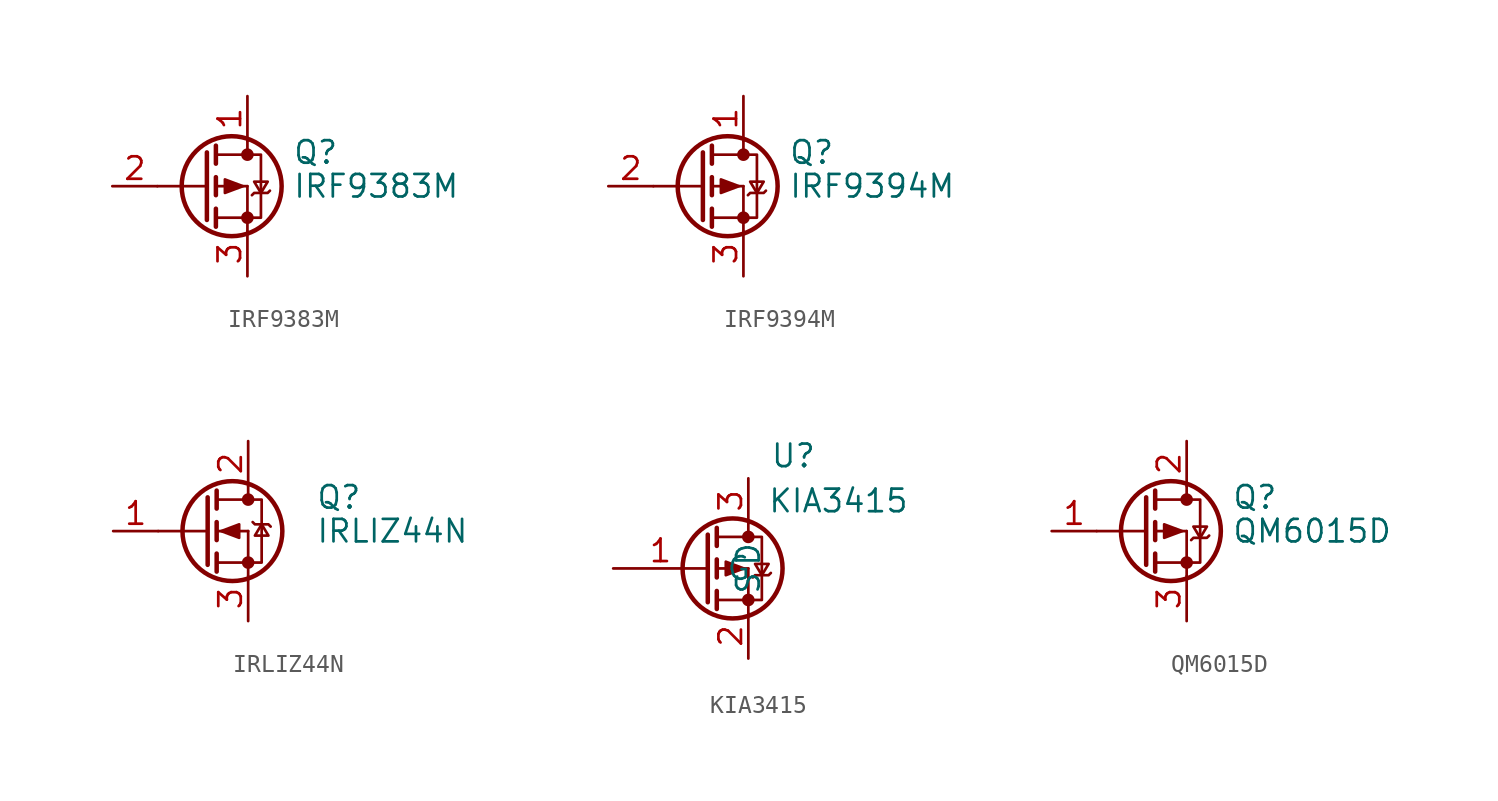
<source format=kicad_sym>
(kicad_symbol_lib
  (version 20201005)
  (generator kicad_symbol_editor)
  (symbol "IRF9383M"
    (pin_names
      (offset 0) hide)
    (property "Reference" "Q"
      (at 5.08 1.905 0)
      (effects (font (size 1.27 1.27)) (justify left)))
    (property "Value" "IRF9383M"
      (at 5.08 0 0)
      (effects (font (size 1.27 1.27)) (justify left)))
    (symbol "IRF9383M_0_1"
      (circle (center 1.651 0) (radius 2.819) (stroke (width 0.254)) (fill (type none)))
      (circle (center 2.54 -1.778) (radius 0.279) (stroke (width 0)) (fill (type outline)))
      (circle (center 2.54 1.778) (radius 0.279) (stroke (width 0)) (fill (type outline)))
      (polyline (pts (xy -2.54 0) (xy 0.254 0)) (stroke (width 0)) (fill (type none)))
      (polyline (pts (xy 0.762 -1.778) (xy 2.54 -1.778)) (stroke (width 0)) (fill (type none)))
      (polyline (pts (xy 0.762 -1.27) (xy 0.762 -2.286)) (stroke (width 0.254)) (fill (type none)))
      (polyline (pts (xy 0.762 0) (xy 2.54 0)) (stroke (width 0)) (fill (type none)))
      (polyline (pts (xy 0.762 0.508) (xy 0.762 -0.508)) (stroke (width 0.254)) (fill (type none)))
      (polyline (pts (xy 0.762 1.778) (xy 2.54 1.778)) (stroke (width 0)) (fill (type none)))
      (polyline (pts (xy 0.762 2.286) (xy 0.762 1.27)) (stroke (width 0.254)) (fill (type none)))
      (polyline (pts (xy 2.54 -1.778) (xy 2.54 -2.54)) (stroke (width 0)) (fill (type none)))
      (polyline (pts (xy 2.54 -1.778) (xy 2.54 0)) (stroke (width 0)) (fill (type none)))
      (polyline (pts (xy 2.54 2.54) (xy 2.54 1.778)) (stroke (width 0)) (fill (type none)))
      (polyline (pts (xy 0.254 1.905) (xy 0.254 -1.905) (xy 0.254 -1.905)) (stroke (width 0.254)) (fill (type none)))
      (polyline (pts (xy 2.286 0) (xy 1.27 -0.381) (xy 1.27 0.381) (xy 2.286 0)) (stroke (width 0)) (fill (type outline)))
      (polyline (pts (xy 2.54 -1.778) (xy 3.302 -1.778) (xy 3.302 1.778) (xy 2.54 1.778)) (stroke (width 0)) (fill (type none)))
      (polyline (pts (xy 2.794 -0.508) (xy 2.921 -0.381) (xy 3.683 -0.381) (xy 3.81 -0.254)) (stroke (width 0)) (fill (type none)))
      (polyline (pts (xy 3.302 -0.381) (xy 2.921 0.254) (xy 3.683 0.254) (xy 3.302 -0.381)) (stroke (width 0)) (fill (type none))))
    (symbol "IRF9383M_1_1"
      (pin passive line (at 2.54 5.08 270) (length 2.54) (name "D" (effects (font (size 1.27 1.27)))) (number "1" (effects (font (size 1.27 1.27)))))
      (pin input line (at -5.08 0 0) (length 2.54) (name "G" (effects (font (size 1.27 1.27)))) (number "2" (effects (font (size 1.27 1.27)))))
      (pin passive line (at 2.54 -5.08 90) (length 2.54) (name "S" (effects (font (size 1.27 1.27)))) (number "3" (effects (font (size 1.27 1.27)))))))
  (symbol "IRF9394M"
    (pin_names
      (offset 0) hide)
    (property "Reference" "Q"
      (at 5.08 1.905 0)
      (effects (font (size 1.27 1.27)) (justify left)))
    (property "Value" "IRF9394M"
      (at 5.08 0 0)
      (effects (font (size 1.27 1.27)) (justify left)))
    (symbol "IRF9394M_0_1"
      (circle (center 1.651 0) (radius 2.819) (stroke (width 0.254)) (fill (type none)))
      (circle (center 2.54 -1.778) (radius 0.279) (stroke (width 0)) (fill (type outline)))
      (circle (center 2.54 1.778) (radius 0.279) (stroke (width 0)) (fill (type outline)))
      (polyline (pts (xy -2.54 0) (xy 0.254 0)) (stroke (width 0)) (fill (type none)))
      (polyline (pts (xy 0.762 -1.778) (xy 2.54 -1.778)) (stroke (width 0)) (fill (type none)))
      (polyline (pts (xy 0.762 -1.27) (xy 0.762 -2.286)) (stroke (width 0.254)) (fill (type none)))
      (polyline (pts (xy 0.762 0) (xy 2.54 0)) (stroke (width 0)) (fill (type none)))
      (polyline (pts (xy 0.762 0.508) (xy 0.762 -0.508)) (stroke (width 0.254)) (fill (type none)))
      (polyline (pts (xy 0.762 1.778) (xy 2.54 1.778)) (stroke (width 0)) (fill (type none)))
      (polyline (pts (xy 0.762 2.286) (xy 0.762 1.27)) (stroke (width 0.254)) (fill (type none)))
      (polyline (pts (xy 2.54 -1.778) (xy 2.54 -2.54)) (stroke (width 0)) (fill (type none)))
      (polyline (pts (xy 2.54 -1.778) (xy 2.54 0)) (stroke (width 0)) (fill (type none)))
      (polyline (pts (xy 2.54 2.54) (xy 2.54 1.778)) (stroke (width 0)) (fill (type none)))
      (polyline (pts (xy 0.254 1.905) (xy 0.254 -1.905) (xy 0.254 -1.905)) (stroke (width 0.254)) (fill (type none)))
      (polyline (pts (xy 2.286 0) (xy 1.27 -0.381) (xy 1.27 0.381) (xy 2.286 0)) (stroke (width 0)) (fill (type outline)))
      (polyline (pts (xy 2.54 -1.778) (xy 3.302 -1.778) (xy 3.302 1.778) (xy 2.54 1.778)) (stroke (width 0)) (fill (type none)))
      (polyline (pts (xy 2.794 -0.508) (xy 2.921 -0.381) (xy 3.683 -0.381) (xy 3.81 -0.254)) (stroke (width 0)) (fill (type none)))
      (polyline (pts (xy 3.302 -0.381) (xy 2.921 0.254) (xy 3.683 0.254) (xy 3.302 -0.381)) (stroke (width 0)) (fill (type none))))
    (symbol "IRF9394M_1_1"
      (pin passive line (at 2.54 5.08 270) (length 2.54) (name "D" (effects (font (size 1.27 1.27)))) (number "1" (effects (font (size 1.27 1.27)))))
      (pin input line (at -5.08 0 0) (length 2.54) (name "G" (effects (font (size 1.27 1.27)))) (number "2" (effects (font (size 1.27 1.27)))))
      (pin passive line (at 2.54 -5.08 90) (length 2.54) (name "S" (effects (font (size 1.27 1.27)))) (number "3" (effects (font (size 1.27 1.27)))))))
  (symbol "IRLIZ44N"
    (pin_names
      (offset 0) hide)
    (property "Reference" "Q"
      (at 6.35 1.905 0)
      (effects (font (size 1.27 1.27)) (justify left)))
    (property "Value" "IRLIZ44N"
      (at 6.35 0 0)
      (effects (font (size 1.27 1.27)) (justify left)))
    (symbol "IRLIZ44N_0_1"
      (circle (center 1.651 0) (radius 2.819) (stroke (width 0.254)) (fill (type none)))
      (circle (center 2.54 -1.778) (radius 0.279) (stroke (width 0)) (fill (type outline)))
      (circle (center 2.54 1.778) (radius 0.279) (stroke (width 0)) (fill (type outline)))
      (polyline (pts (xy 0.254 0) (xy -2.54 0)) (stroke (width 0)) (fill (type none)))
      (polyline (pts (xy 0.762 -1.778) (xy 2.54 -1.778)) (stroke (width 0)) (fill (type none)))
      (polyline (pts (xy 0.762 -1.27) (xy 0.762 -2.286)) (stroke (width 0.254)) (fill (type none)))
      (polyline (pts (xy 0.762 0) (xy 2.54 0)) (stroke (width 0)) (fill (type none)))
      (polyline (pts (xy 0.762 0.508) (xy 0.762 -0.508)) (stroke (width 0.254)) (fill (type none)))
      (polyline (pts (xy 0.762 1.778) (xy 2.54 1.778)) (stroke (width 0)) (fill (type none)))
      (polyline (pts (xy 0.762 2.286) (xy 0.762 1.27)) (stroke (width 0.254)) (fill (type none)))
      (polyline (pts (xy 2.54 -1.778) (xy 2.54 -2.54)) (stroke (width 0)) (fill (type none)))
      (polyline (pts (xy 2.54 -1.778) (xy 2.54 0)) (stroke (width 0)) (fill (type none)))
      (polyline (pts (xy 2.54 2.54) (xy 2.54 1.778)) (stroke (width 0)) (fill (type none)))
      (polyline (pts (xy 0.254 1.905) (xy 0.254 -1.905) (xy 0.254 -1.905)) (stroke (width 0.254)) (fill (type none)))
      (polyline (pts (xy 1.016 0) (xy 2.032 0.381) (xy 2.032 -0.381) (xy 1.016 0)) (stroke (width 0)) (fill (type outline)))
      (polyline (pts (xy 2.54 -1.778) (xy 3.302 -1.778) (xy 3.302 1.778) (xy 2.54 1.778)) (stroke (width 0)) (fill (type none)))
      (polyline (pts (xy 2.794 0.508) (xy 2.921 0.381) (xy 3.683 0.381) (xy 3.81 0.254)) (stroke (width 0)) (fill (type none)))
      (polyline (pts (xy 3.302 0.381) (xy 2.921 -0.254) (xy 3.683 -0.254) (xy 3.302 0.381)) (stroke (width 0)) (fill (type none))))
    (symbol "IRLIZ44N_1_1"
      (pin input line (at -5.08 0 0) (length 2.54) (name "G" (effects (font (size 1.27 1.27)))) (number "1" (effects (font (size 1.27 1.27)))))
      (pin passive line (at 2.54 5.08 270) (length 2.54) (name "D" (effects (font (size 1.27 1.27)))) (number "2" (effects (font (size 1.27 1.27)))))
      (pin passive line (at 2.54 -5.08 90) (length 2.54) (name "S" (effects (font (size 1.27 1.27)))) (number "3" (effects (font (size 1.27 1.27)))))))
  (symbol "KIA3415"
    (pin_names
      (offset 1.016))
    (property "Reference" "U"
      (at 2.54 6.35 0)
      (effects (font (size 1.27 1.27))))
    (property "Value" "KIA3415"
      (at 5.08 3.81 0)
      (effects (font (size 1.27 1.27))))
    (symbol "KIA3415_1_1"
      (circle (center -0.889 0) (radius 2.819) (stroke (width 0.254)) (fill (type none)))
      (circle (center 0 -1.778) (radius 0.279) (stroke (width 0)) (fill (type outline)))
      (circle (center 0 1.778) (radius 0.279) (stroke (width 0)) (fill (type outline)))
      (polyline (pts (xy -1.778 -1.778) (xy 0 -1.778)) (stroke (width 0)) (fill (type none)))
      (polyline (pts (xy -1.778 -1.27) (xy -1.778 -2.286)) (stroke (width 0.254)) (fill (type none)))
      (polyline (pts (xy -1.778 0) (xy 0 0)) (stroke (width 0)) (fill (type none)))
      (polyline (pts (xy -1.778 0.508) (xy -1.778 -0.508)) (stroke (width 0.254)) (fill (type none)))
      (polyline (pts (xy -1.778 1.778) (xy 0 1.778)) (stroke (width 0)) (fill (type none)))
      (polyline (pts (xy -1.778 2.286) (xy -1.778 1.27)) (stroke (width 0.254)) (fill (type none)))
      (polyline (pts (xy 0 -1.778) (xy 0 -2.54)) (stroke (width 0)) (fill (type none)))
      (polyline (pts (xy 0 -1.778) (xy 0 0)) (stroke (width 0)) (fill (type none)))
      (polyline (pts (xy 0 2.54) (xy 0 1.778)) (stroke (width 0)) (fill (type none)))
      (polyline (pts (xy -2.286 1.905) (xy -2.286 -1.905) (xy -2.286 -1.905)) (stroke (width 0.254)) (fill (type none)))
      (polyline (pts (xy -0.254 0) (xy -1.27 -0.381) (xy -1.27 0.381) (xy -0.254 0)) (stroke (width 0)) (fill (type outline)))
      (polyline (pts (xy 0 -1.778) (xy 0.762 -1.778) (xy 0.762 1.778) (xy 0 1.778)) (stroke (width 0)) (fill (type none)))
      (polyline (pts (xy 0.254 -0.508) (xy 0.381 -0.381) (xy 1.143 -0.381) (xy 1.27 -0.254)) (stroke (width 0)) (fill (type none)))
      (polyline (pts (xy 0.762 -0.381) (xy 0.381 0.254) (xy 1.143 0.254) (xy 0.762 -0.381)) (stroke (width 0)) (fill (type none)))
      (pin input line (at -7.62 0 0) (length 5.334) (name "G" (effects (font (size 1.27 1.27)))) (number "1" (effects (font (size 1.27 1.27)))))
      (pin passive line (at 0 -5.08 90) (length 2.54) (name "S" (effects (font (size 1.27 1.27)))) (number "2" (effects (font (size 1.27 1.27)))))
      (pin passive line (at 0 5.08 270) (length 2.54) (name "D" (effects (font (size 1.27 1.27)))) (number "3" (effects (font (size 1.27 1.27)))))))
  (symbol "QM6015D"
    (pin_names
      (offset 0) hide)
    (property "Reference" "Q"
      (at 5.08 1.905 0)
      (effects (font (size 1.27 1.27)) (justify left)))
    (property "Value" "QM6015D"
      (at 5.08 0 0)
      (effects (font (size 1.27 1.27)) (justify left)))
    (symbol "QM6015D_0_1"
      (circle (center 1.651 0) (radius 2.819) (stroke (width 0.254)) (fill (type none)))
      (circle (center 2.54 -1.778) (radius 0.279) (stroke (width 0)) (fill (type outline)))
      (circle (center 2.54 1.778) (radius 0.279) (stroke (width 0)) (fill (type outline)))
      (polyline (pts (xy -2.54 0) (xy 0.254 0)) (stroke (width 0)) (fill (type none)))
      (polyline (pts (xy 0.762 -1.778) (xy 2.54 -1.778)) (stroke (width 0)) (fill (type none)))
      (polyline (pts (xy 0.762 -1.27) (xy 0.762 -2.286)) (stroke (width 0.254)) (fill (type none)))
      (polyline (pts (xy 0.762 0) (xy 2.54 0)) (stroke (width 0)) (fill (type none)))
      (polyline (pts (xy 0.762 0.508) (xy 0.762 -0.508)) (stroke (width 0.254)) (fill (type none)))
      (polyline (pts (xy 0.762 1.778) (xy 2.54 1.778)) (stroke (width 0)) (fill (type none)))
      (polyline (pts (xy 0.762 2.286) (xy 0.762 1.27)) (stroke (width 0.254)) (fill (type none)))
      (polyline (pts (xy 2.54 -1.778) (xy 2.54 -2.54)) (stroke (width 0)) (fill (type none)))
      (polyline (pts (xy 2.54 -1.778) (xy 2.54 0)) (stroke (width 0)) (fill (type none)))
      (polyline (pts (xy 2.54 2.54) (xy 2.54 1.778)) (stroke (width 0)) (fill (type none)))
      (polyline (pts (xy 0.254 1.905) (xy 0.254 -1.905) (xy 0.254 -1.905)) (stroke (width 0.254)) (fill (type none)))
      (polyline (pts (xy 2.286 0) (xy 1.27 -0.381) (xy 1.27 0.381) (xy 2.286 0)) (stroke (width 0)) (fill (type outline)))
      (polyline (pts (xy 2.54 -1.778) (xy 3.302 -1.778) (xy 3.302 1.778) (xy 2.54 1.778)) (stroke (width 0)) (fill (type none)))
      (polyline (pts (xy 2.794 -0.508) (xy 2.921 -0.381) (xy 3.683 -0.381) (xy 3.81 -0.254)) (stroke (width 0)) (fill (type none)))
      (polyline (pts (xy 3.302 -0.381) (xy 2.921 0.254) (xy 3.683 0.254) (xy 3.302 -0.381)) (stroke (width 0)) (fill (type none))))
    (symbol "QM6015D_1_1"
      (pin passive line (at -5.08 0 0) (length 2.54) (name "G" (effects (font (size 1.27 1.27)))) (number "1" (effects (font (size 1.27 1.27)))))
      (pin passive line (at 2.54 5.08 270) (length 2.54) (name "D" (effects (font (size 1.27 1.27)))) (number "2" (effects (font (size 1.27 1.27)))))
      (pin passive line (at 2.54 -5.08 90) (length 2.54) (name "S" (effects (font (size 1.27 1.27)))) (number "3" (effects (font (size 1.27 1.27))))))))
</source>
